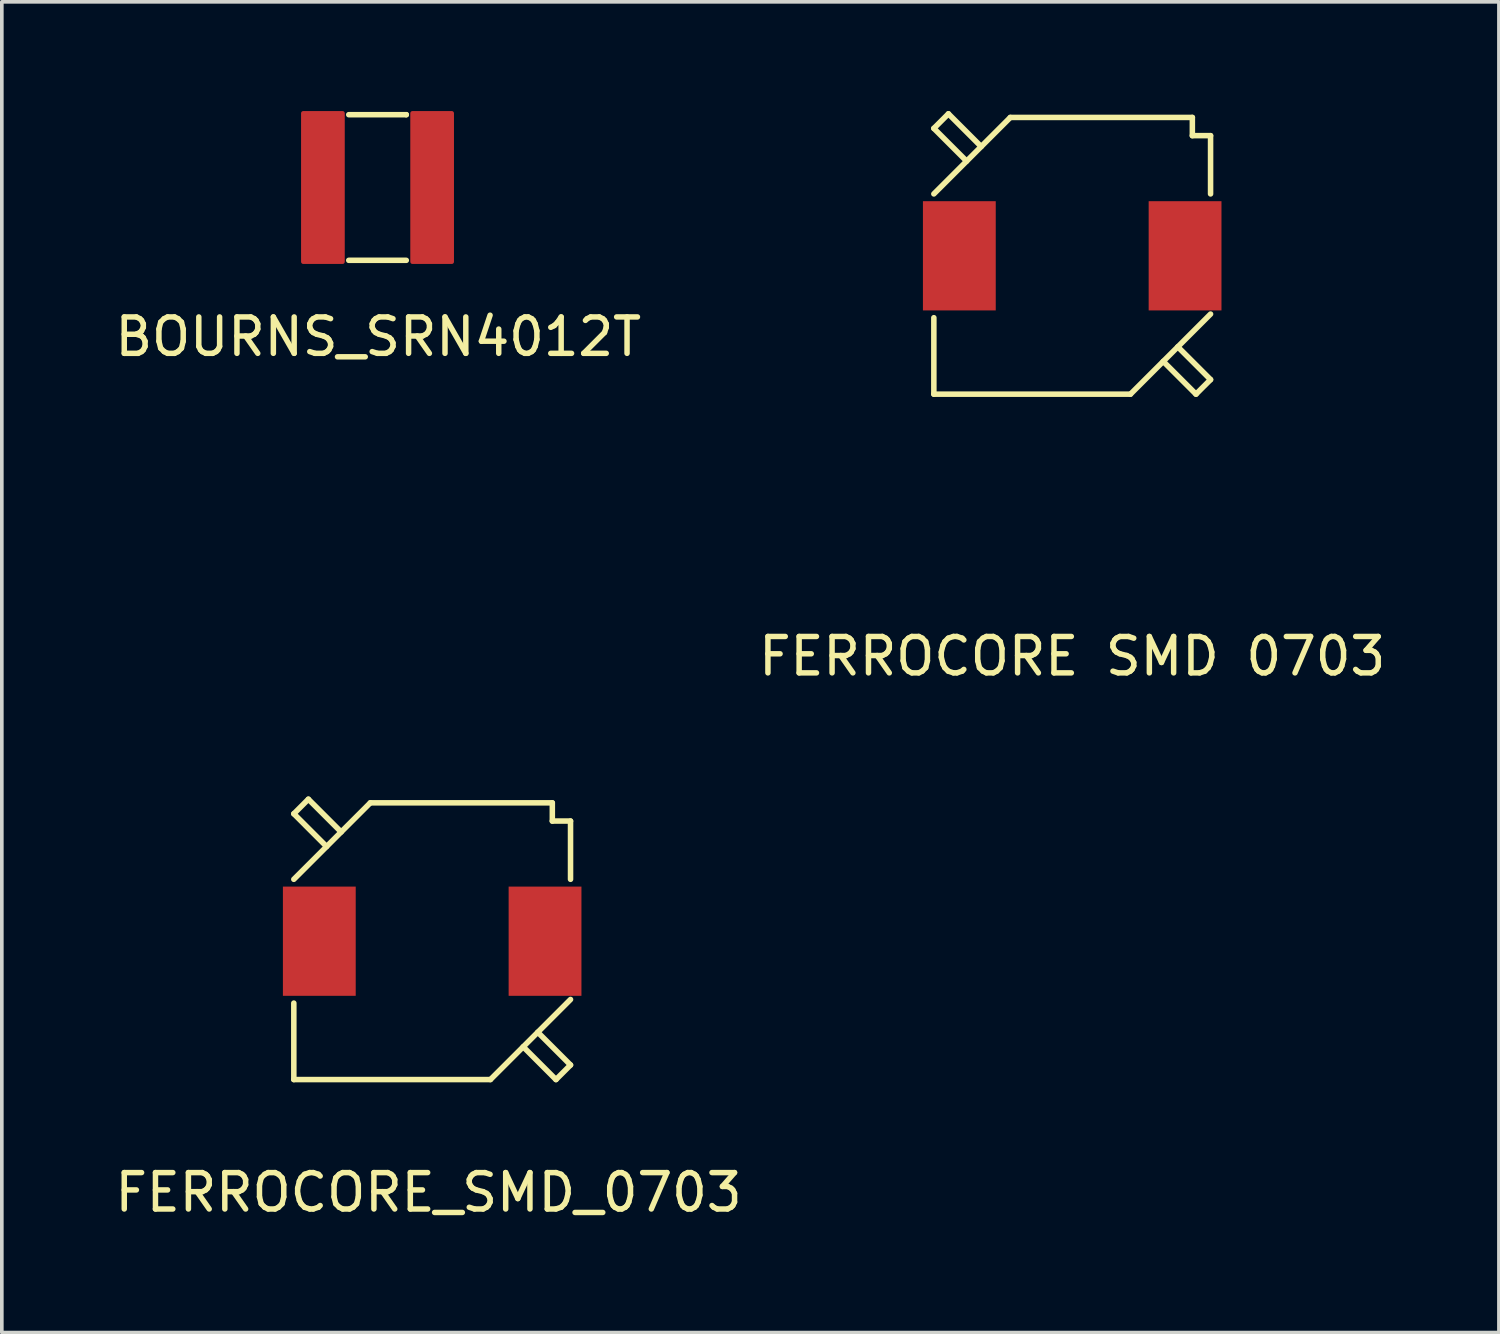
<source format=kicad_pcb>
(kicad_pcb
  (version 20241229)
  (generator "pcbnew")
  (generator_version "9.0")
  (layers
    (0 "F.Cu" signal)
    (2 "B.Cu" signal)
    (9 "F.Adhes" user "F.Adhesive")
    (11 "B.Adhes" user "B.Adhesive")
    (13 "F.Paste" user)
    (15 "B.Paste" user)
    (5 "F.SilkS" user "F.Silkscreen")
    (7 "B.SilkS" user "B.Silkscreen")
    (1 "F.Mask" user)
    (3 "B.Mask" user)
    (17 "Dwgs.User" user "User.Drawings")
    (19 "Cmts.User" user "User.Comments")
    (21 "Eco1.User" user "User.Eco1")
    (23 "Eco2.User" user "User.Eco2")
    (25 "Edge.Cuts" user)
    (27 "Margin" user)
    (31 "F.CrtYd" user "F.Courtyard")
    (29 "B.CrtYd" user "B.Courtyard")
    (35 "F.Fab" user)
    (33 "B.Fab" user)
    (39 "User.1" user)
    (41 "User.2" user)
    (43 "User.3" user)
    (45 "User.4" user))
  (footprint "BOURNS_SRN4012T"
    (layer "F.Cu")
    (at 7.319 2.1)
    (property "Reference" "BOURNS_SRN4012T" (at 0.02 4.1 0) (layer "F.SilkS") (effects (font (size 1 1) (thickness 0.15))))
    (attr through_hole)
    (fp_line (start -0.79 -2) (end 0.79 -2) (stroke (width 0.152) (type solid)) (layer "F.SilkS"))
    (fp_line (start -0.79 2) (end 0.79 2) (stroke (width 0.152) (type solid)) (layer "F.SilkS"))
    (fp_line (start 0.79 -2) (end 0.79 -2) (stroke (width 0.152) (type solid)) (layer "F.SilkS"))
    (pad "1" smd roundrect (at -1.5 0) (size 1.2 4.2) (layers "F.Cu" "F.Mask" "F.Paste") (roundrect_rratio 0.05))
    (pad "2" smd roundrect (at 1.5 0) (size 1.2 4.2) (layers "F.Cu" "F.Mask" "F.Paste") (roundrect_rratio 0.05)))
  (footprint "FERROCORE_SMD_0703"
    (layer "F.Cu")
    (at 8.82 22.801)
    (property "Reference" "FERROCORE_SMD_0703" (at -0.1 6.9 0) (layer "F.SilkS") (effects (font (size 1 1) (thickness 0.15))))
    (attr through_hole)
    (fp_line (start -3.8 -3.5) (end -3.4 -3.9) (stroke (width 0.152) (type solid)) (layer "F.SilkS"))
    (fp_line (start -3.8 -1.7) (end -1.7 -3.8) (stroke (width 0.152) (type solid)) (layer "F.SilkS"))
    (fp_line (start -3.8 3.8) (end -3.8 1.7) (stroke (width 0.152) (type solid)) (layer "F.SilkS"))
    (fp_line (start -3.4 -3.9) (end -2.5 -3) (stroke (width 0.152) (type solid)) (layer "F.SilkS"))
    (fp_line (start -2.9 -2.6) (end -3.8 -3.5) (stroke (width 0.152) (type solid)) (layer "F.SilkS"))
    (fp_line (start 1.6 3.8) (end -3.8 3.8) (stroke (width 0.152) (type solid)) (layer "F.SilkS"))
    (fp_line (start 2.5 2.9) (end 3.4 3.8) (stroke (width 0.152) (type solid)) (layer "F.SilkS"))
    (fp_line (start 3.3 -3.8) (end -1.7 -3.8) (stroke (width 0.152) (type solid)) (layer "F.SilkS"))
    (fp_line (start 3.3 -3.8) (end 3.3 -3.3) (stroke (width 0.152) (type solid)) (layer "F.SilkS"))
    (fp_line (start 3.3 -3.3) (end 3.8 -3.3) (stroke (width 0.152) (type solid)) (layer "F.SilkS"))
    (fp_line (start 3.4 3.8) (end 3.8 3.4) (stroke (width 0.152) (type solid)) (layer "F.SilkS"))
    (fp_line (start 3.8 -3.3) (end 3.8 -1.7) (stroke (width 0.152) (type solid)) (layer "F.SilkS"))
    (fp_line (start 3.8 1.6) (end 1.6 3.8) (stroke (width 0.152) (type solid)) (layer "F.SilkS"))
    (fp_line (start 3.8 3.4) (end 2.9 2.5) (stroke (width 0.152) (type solid)) (layer "F.SilkS"))
    (pad "1" smd rect (at -3.1 0) (size 2 3) (layers "F.Cu" "F.Mask" "F.Paste"))
    (pad "2" smd rect (at 3.1 0) (size 2 3) (layers "F.Cu" "F.Mask" "F.Paste")))
  (footprint "FERROCORE SMD 0703"
    (layer "F.Cu")
    (at 26.399 3.976)
    (property "Reference" "FERROCORE SMD 0703" (at 0 11 0) (layer "F.SilkS") (effects (font (size 1 1) (thickness 0.15))))
    (attr through_hole)
    (fp_line (start -3.8 -3.5) (end -3.4 -3.9) (stroke (width 0.152) (type solid)) (layer "F.SilkS"))
    (fp_line (start -3.8 -1.7) (end -1.7 -3.8) (stroke (width 0.152) (type solid)) (layer "F.SilkS"))
    (fp_line (start -3.8 3.8) (end -3.8 1.7) (stroke (width 0.152) (type solid)) (layer "F.SilkS"))
    (fp_line (start -3.4 -3.9) (end -2.5 -3) (stroke (width 0.152) (type solid)) (layer "F.SilkS"))
    (fp_line (start -2.9 -2.6) (end -3.8 -3.5) (stroke (width 0.152) (type solid)) (layer "F.SilkS"))
    (fp_line (start 1.6 3.8) (end -3.8 3.8) (stroke (width 0.152) (type solid)) (layer "F.SilkS"))
    (fp_line (start 2.5 2.9) (end 3.4 3.8) (stroke (width 0.152) (type solid)) (layer "F.SilkS"))
    (fp_line (start 3.3 -3.8) (end -1.7 -3.8) (stroke (width 0.152) (type solid)) (layer "F.SilkS"))
    (fp_line (start 3.3 -3.8) (end 3.3 -3.3) (stroke (width 0.152) (type solid)) (layer "F.SilkS"))
    (fp_line (start 3.3 -3.3) (end 3.8 -3.3) (stroke (width 0.152) (type solid)) (layer "F.SilkS"))
    (fp_line (start 3.4 3.8) (end 3.8 3.4) (stroke (width 0.152) (type solid)) (layer "F.SilkS"))
    (fp_line (start 3.8 -3.3) (end 3.8 -1.7) (stroke (width 0.152) (type solid)) (layer "F.SilkS"))
    (fp_line (start 3.8 1.6) (end 1.6 3.8) (stroke (width 0.152) (type solid)) (layer "F.SilkS"))
    (fp_line (start 3.8 3.4) (end 2.9 2.5) (stroke (width 0.152) (type solid)) (layer "F.SilkS"))
    (pad "1" smd rect (at -3.1 0) (size 2 3) (layers "F.Cu" "F.Mask" "F.Paste"))
    (pad "2" smd rect (at 3.1 0) (size 2 3) (layers "F.Cu" "F.Mask" "F.Paste")))
  (gr_rect
    (start -3 -3)
    (end 38.119 33.549)
    (stroke (width 0.1) (type default))
    (fill no)
    (layer "Edge.Cuts")))
</source>
